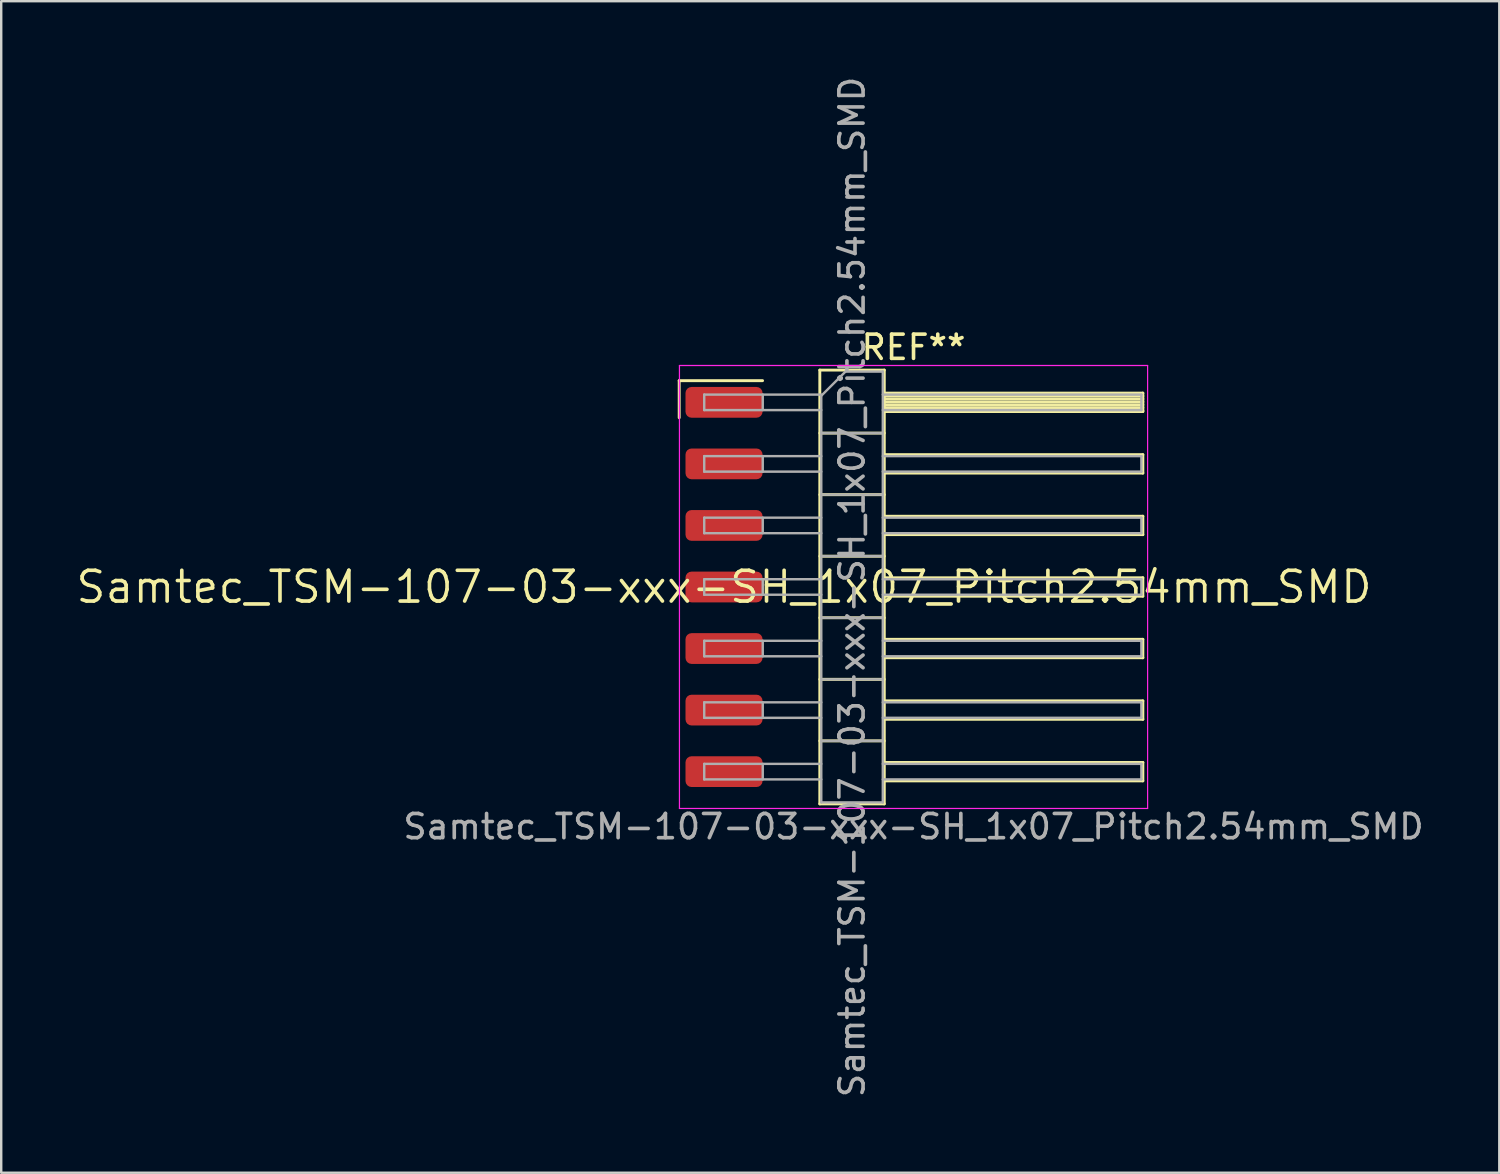
<source format=kicad_pcb>
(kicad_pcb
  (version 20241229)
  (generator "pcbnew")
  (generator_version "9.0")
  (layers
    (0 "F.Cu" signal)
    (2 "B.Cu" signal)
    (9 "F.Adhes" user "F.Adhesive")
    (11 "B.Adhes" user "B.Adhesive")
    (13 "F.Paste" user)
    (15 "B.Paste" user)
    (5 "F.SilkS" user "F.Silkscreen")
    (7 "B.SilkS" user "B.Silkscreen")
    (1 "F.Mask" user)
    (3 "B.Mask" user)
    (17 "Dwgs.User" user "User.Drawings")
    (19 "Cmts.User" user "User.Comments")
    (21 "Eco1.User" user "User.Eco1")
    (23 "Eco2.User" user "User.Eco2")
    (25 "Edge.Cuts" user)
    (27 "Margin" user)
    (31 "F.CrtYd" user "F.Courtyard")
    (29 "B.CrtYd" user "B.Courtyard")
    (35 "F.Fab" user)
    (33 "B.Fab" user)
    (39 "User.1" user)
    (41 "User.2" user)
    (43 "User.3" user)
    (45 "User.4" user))
  (footprint "Samtec_TSM-107-03-xxx-SH_1x07_Pitch2.54mm_SMD"
    (layer "F.Cu")
    (at 26.828 21.173)
    (property "Reference" "Samtec_TSM-107-03-xxx-SH_1x07_Pitch2.54mm_SMD" (at 0 0 0) (layer "F.SilkS") (effects (font (size 1.27 1.27) (thickness 0.15))))
    (attr smd)
    (fp_line (start -1.85 -8.515) (end 1.59 -8.515) (stroke (width 0.12) (type solid)) (layer "F.SilkS"))
    (fp_line (start -1.85 -6.985) (end -1.85 -8.515) (stroke (width 0.12) (type solid)) (layer "F.SilkS"))
    (fp_line (start 3.953 -8.95) (end 6.613 -8.95) (stroke (width 0.12) (type solid)) (layer "F.SilkS"))
    (fp_line (start 3.953 -6.35) (end 6.613 -6.35) (stroke (width 0.12) (type solid)) (layer "F.SilkS"))
    (fp_line (start 3.953 -3.81) (end 6.613 -3.81) (stroke (width 0.12) (type solid)) (layer "F.SilkS"))
    (fp_line (start 3.953 -1.27) (end 6.613 -1.27) (stroke (width 0.12) (type solid)) (layer "F.SilkS"))
    (fp_line (start 3.953 1.27) (end 6.613 1.27) (stroke (width 0.12) (type solid)) (layer "F.SilkS"))
    (fp_line (start 3.953 3.81) (end 6.613 3.81) (stroke (width 0.12) (type solid)) (layer "F.SilkS"))
    (fp_line (start 3.953 6.35) (end 6.613 6.35) (stroke (width 0.12) (type solid)) (layer "F.SilkS"))
    (fp_line (start 3.953 8.95) (end 3.953 -8.95) (stroke (width 0.12) (type solid)) (layer "F.SilkS"))
    (fp_line (start 6.613 -8.95) (end 6.613 8.95) (stroke (width 0.12) (type solid)) (layer "F.SilkS"))
    (fp_line (start 6.613 -8) (end 17.283 -8) (stroke (width 0.12) (type solid)) (layer "F.SilkS"))
    (fp_line (start 6.613 -7.88) (end 17.283 -7.88) (stroke (width 0.12) (type solid)) (layer "F.SilkS"))
    (fp_line (start 6.613 -7.76) (end 17.283 -7.76) (stroke (width 0.12) (type solid)) (layer "F.SilkS"))
    (fp_line (start 6.613 -7.64) (end 17.283 -7.64) (stroke (width 0.12) (type solid)) (layer "F.SilkS"))
    (fp_line (start 6.613 -7.52) (end 17.283 -7.52) (stroke (width 0.12) (type solid)) (layer "F.SilkS"))
    (fp_line (start 6.613 -7.4) (end 17.283 -7.4) (stroke (width 0.12) (type solid)) (layer "F.SilkS"))
    (fp_line (start 6.613 -7.28) (end 17.283 -7.28) (stroke (width 0.12) (type solid)) (layer "F.SilkS"))
    (fp_line (start 6.613 -7.24) (end 17.283 -7.24) (stroke (width 0.12) (type solid)) (layer "F.SilkS"))
    (fp_line (start 6.613 -5.46) (end 17.283 -5.46) (stroke (width 0.12) (type solid)) (layer "F.SilkS"))
    (fp_line (start 6.613 -4.7) (end 17.283 -4.7) (stroke (width 0.12) (type solid)) (layer "F.SilkS"))
    (fp_line (start 6.613 -2.92) (end 17.283 -2.92) (stroke (width 0.12) (type solid)) (layer "F.SilkS"))
    (fp_line (start 6.613 -2.16) (end 17.283 -2.16) (stroke (width 0.12) (type solid)) (layer "F.SilkS"))
    (fp_line (start 6.613 -0.38) (end 17.283 -0.38) (stroke (width 0.12) (type solid)) (layer "F.SilkS"))
    (fp_line (start 6.613 0.38) (end 17.283 0.38) (stroke (width 0.12) (type solid)) (layer "F.SilkS"))
    (fp_line (start 6.613 2.16) (end 17.283 2.16) (stroke (width 0.12) (type solid)) (layer "F.SilkS"))
    (fp_line (start 6.613 2.92) (end 17.283 2.92) (stroke (width 0.12) (type solid)) (layer "F.SilkS"))
    (fp_line (start 6.613 4.7) (end 17.283 4.7) (stroke (width 0.12) (type solid)) (layer "F.SilkS"))
    (fp_line (start 6.613 5.46) (end 17.283 5.46) (stroke (width 0.12) (type solid)) (layer "F.SilkS"))
    (fp_line (start 6.613 7.24) (end 17.283 7.24) (stroke (width 0.12) (type solid)) (layer "F.SilkS"))
    (fp_line (start 6.613 8) (end 17.283 8) (stroke (width 0.12) (type solid)) (layer "F.SilkS"))
    (fp_line (start 6.613 8.95) (end 3.953 8.95) (stroke (width 0.12) (type solid)) (layer "F.SilkS"))
    (fp_line (start 17.283 -8) (end 17.283 -7.24) (stroke (width 0.12) (type solid)) (layer "F.SilkS"))
    (fp_line (start 17.283 -5.46) (end 17.283 -4.7) (stroke (width 0.12) (type solid)) (layer "F.SilkS"))
    (fp_line (start 17.283 -2.92) (end 17.283 -2.16) (stroke (width 0.12) (type solid)) (layer "F.SilkS"))
    (fp_line (start 17.283 -0.38) (end 17.283 0.38) (stroke (width 0.12) (type solid)) (layer "F.SilkS"))
    (fp_line (start 17.283 2.16) (end 17.283 2.92) (stroke (width 0.12) (type solid)) (layer "F.SilkS"))
    (fp_line (start 17.283 4.7) (end 17.283 5.46) (stroke (width 0.12) (type solid)) (layer "F.SilkS"))
    (fp_line (start 17.283 7.24) (end 17.283 8) (stroke (width 0.12) (type solid)) (layer "F.SilkS"))
    (fp_line (start -1.84 -9.14) (end 17.48 -9.14) (stroke (width 0.05) (type solid)) (layer "F.CrtYd"))
    (fp_line (start -1.84 9.14) (end -1.84 -9.14) (stroke (width 0.05) (type solid)) (layer "F.CrtYd"))
    (fp_line (start 17.48 -9.14) (end 17.48 9.14) (stroke (width 0.05) (type solid)) (layer "F.CrtYd"))
    (fp_line (start 17.48 9.14) (end -1.84 9.14) (stroke (width 0.05) (type solid)) (layer "F.CrtYd"))
    (fp_line (start -0.817 -7.94) (end -0.817 -7.3) (stroke (width 0.1) (type solid)) (layer "F.Fab"))
    (fp_line (start -0.817 -7.94) (end 4.013 -7.94) (stroke (width 0.1) (type solid)) (layer "F.Fab"))
    (fp_line (start -0.817 -7.3) (end 4.013 -7.3) (stroke (width 0.1) (type solid)) (layer "F.Fab"))
    (fp_line (start -0.817 -5.4) (end -0.817 -4.76) (stroke (width 0.1) (type solid)) (layer "F.Fab"))
    (fp_line (start -0.817 -5.4) (end 4.013 -5.4) (stroke (width 0.1) (type solid)) (layer "F.Fab"))
    (fp_line (start -0.817 -4.76) (end 4.013 -4.76) (stroke (width 0.1) (type solid)) (layer "F.Fab"))
    (fp_line (start -0.817 -2.86) (end -0.817 -2.22) (stroke (width 0.1) (type solid)) (layer "F.Fab"))
    (fp_line (start -0.817 -2.86) (end 4.013 -2.86) (stroke (width 0.1) (type solid)) (layer "F.Fab"))
    (fp_line (start -0.817 -2.22) (end 4.013 -2.22) (stroke (width 0.1) (type solid)) (layer "F.Fab"))
    (fp_line (start -0.817 -0.32) (end -0.817 0.32) (stroke (width 0.1) (type solid)) (layer "F.Fab"))
    (fp_line (start -0.817 -0.32) (end 4.013 -0.32) (stroke (width 0.1) (type solid)) (layer "F.Fab"))
    (fp_line (start -0.817 0.32) (end 4.013 0.32) (stroke (width 0.1) (type solid)) (layer "F.Fab"))
    (fp_line (start -0.817 2.22) (end -0.817 2.86) (stroke (width 0.1) (type solid)) (layer "F.Fab"))
    (fp_line (start -0.817 2.22) (end 4.013 2.22) (stroke (width 0.1) (type solid)) (layer "F.Fab"))
    (fp_line (start -0.817 2.86) (end 4.013 2.86) (stroke (width 0.1) (type solid)) (layer "F.Fab"))
    (fp_line (start -0.817 4.76) (end -0.817 5.4) (stroke (width 0.1) (type solid)) (layer "F.Fab"))
    (fp_line (start -0.817 4.76) (end 4.013 4.76) (stroke (width 0.1) (type solid)) (layer "F.Fab"))
    (fp_line (start -0.817 5.4) (end 4.013 5.4) (stroke (width 0.1) (type solid)) (layer "F.Fab"))
    (fp_line (start -0.817 7.3) (end -0.817 7.94) (stroke (width 0.1) (type solid)) (layer "F.Fab"))
    (fp_line (start -0.817 7.3) (end 4.013 7.3) (stroke (width 0.1) (type solid)) (layer "F.Fab"))
    (fp_line (start -0.817 7.94) (end 4.013 7.94) (stroke (width 0.1) (type solid)) (layer "F.Fab"))
    (fp_line (start 1.598 -7.94) (end 1.598 -7.3) (stroke (width 0.1) (type solid)) (layer "F.Fab"))
    (fp_line (start 1.598 -5.4) (end 1.598 -4.76) (stroke (width 0.1) (type solid)) (layer "F.Fab"))
    (fp_line (start 1.598 -2.86) (end 1.598 -2.22) (stroke (width 0.1) (type solid)) (layer "F.Fab"))
    (fp_line (start 1.598 -0.32) (end 1.598 0.32) (stroke (width 0.1) (type solid)) (layer "F.Fab"))
    (fp_line (start 1.598 2.22) (end 1.598 2.86) (stroke (width 0.1) (type solid)) (layer "F.Fab"))
    (fp_line (start 1.598 4.76) (end 1.598 5.4) (stroke (width 0.1) (type solid)) (layer "F.Fab"))
    (fp_line (start 1.598 7.3) (end 1.598 7.94) (stroke (width 0.1) (type solid)) (layer "F.Fab"))
    (fp_line (start 4.013 -7.89) (end 5.013 -8.89) (stroke (width 0.1) (type solid)) (layer "F.Fab"))
    (fp_line (start 4.013 -6.35) (end 6.553 -6.35) (stroke (width 0.1) (type solid)) (layer "F.Fab"))
    (fp_line (start 4.013 -3.81) (end 6.553 -3.81) (stroke (width 0.1) (type solid)) (layer "F.Fab"))
    (fp_line (start 4.013 -1.27) (end 6.553 -1.27) (stroke (width 0.1) (type solid)) (layer "F.Fab"))
    (fp_line (start 4.013 1.27) (end 6.553 1.27) (stroke (width 0.1) (type solid)) (layer "F.Fab"))
    (fp_line (start 4.013 3.81) (end 6.553 3.81) (stroke (width 0.1) (type solid)) (layer "F.Fab"))
    (fp_line (start 4.013 6.35) (end 6.553 6.35) (stroke (width 0.1) (type solid)) (layer "F.Fab"))
    (fp_line (start 4.013 8.89) (end 4.013 -7.89) (stroke (width 0.1) (type solid)) (layer "F.Fab"))
    (fp_line (start 5.013 -8.89) (end 6.553 -8.89) (stroke (width 0.1) (type solid)) (layer "F.Fab"))
    (fp_line (start 6.553 -8.89) (end 6.553 8.89) (stroke (width 0.1) (type solid)) (layer "F.Fab"))
    (fp_line (start 6.553 -7.94) (end 17.223 -7.94) (stroke (width 0.1) (type solid)) (layer "F.Fab"))
    (fp_line (start 6.553 -7.3) (end 17.223 -7.3) (stroke (width 0.1) (type solid)) (layer "F.Fab"))
    (fp_line (start 6.553 -5.4) (end 17.223 -5.4) (stroke (width 0.1) (type solid)) (layer "F.Fab"))
    (fp_line (start 6.553 -4.76) (end 17.223 -4.76) (stroke (width 0.1) (type solid)) (layer "F.Fab"))
    (fp_line (start 6.553 -2.86) (end 17.223 -2.86) (stroke (width 0.1) (type solid)) (layer "F.Fab"))
    (fp_line (start 6.553 -2.22) (end 17.223 -2.22) (stroke (width 0.1) (type solid)) (layer "F.Fab"))
    (fp_line (start 6.553 -0.32) (end 17.223 -0.32) (stroke (width 0.1) (type solid)) (layer "F.Fab"))
    (fp_line (start 6.553 0.32) (end 17.223 0.32) (stroke (width 0.1) (type solid)) (layer "F.Fab"))
    (fp_line (start 6.553 2.22) (end 17.223 2.22) (stroke (width 0.1) (type solid)) (layer "F.Fab"))
    (fp_line (start 6.553 2.86) (end 17.223 2.86) (stroke (width 0.1) (type solid)) (layer "F.Fab"))
    (fp_line (start 6.553 4.76) (end 17.223 4.76) (stroke (width 0.1) (type solid)) (layer "F.Fab"))
    (fp_line (start 6.553 5.4) (end 17.223 5.4) (stroke (width 0.1) (type solid)) (layer "F.Fab"))
    (fp_line (start 6.553 7.3) (end 17.223 7.3) (stroke (width 0.1) (type solid)) (layer "F.Fab"))
    (fp_line (start 6.553 7.94) (end 17.223 7.94) (stroke (width 0.1) (type solid)) (layer "F.Fab"))
    (fp_line (start 6.553 8.89) (end 4.013 8.89) (stroke (width 0.1) (type solid)) (layer "F.Fab"))
    (fp_line (start 17.223 -7.94) (end 17.223 -7.3) (stroke (width 0.1) (type solid)) (layer "F.Fab"))
    (fp_line (start 17.223 -5.4) (end 17.223 -4.76) (stroke (width 0.1) (type solid)) (layer "F.Fab"))
    (fp_line (start 17.223 -2.86) (end 17.223 -2.22) (stroke (width 0.1) (type solid)) (layer "F.Fab"))
    (fp_line (start 17.223 -0.32) (end 17.223 0.32) (stroke (width 0.1) (type solid)) (layer "F.Fab"))
    (fp_line (start 17.223 2.22) (end 17.223 2.86) (stroke (width 0.1) (type solid)) (layer "F.Fab"))
    (fp_line (start 17.223 4.76) (end 17.223 5.4) (stroke (width 0.1) (type solid)) (layer "F.Fab"))
    (fp_line (start 17.223 7.3) (end 17.223 7.94) (stroke (width 0.1) (type solid)) (layer "F.Fab"))
    (fp_text user "REF**" (at 7.82 -9.89 0) (layer "F.SilkS") (effects (font (size 1 1) (thickness 0.15))))
    (fp_text user "Samtec_TSM-107-03-xxx-SH_1x07_Pitch2.54mm_SMD" (at 7.82 9.89 0) (layer "F.Fab") (effects (font (size 1 1) (thickness 0.15))))
    (fp_text user "${REFERENCE}" (at 5.283 0 90) (layer "F.Fab") (effects (font (size 1 1) (thickness 0.15))))
    (pad "1" smd roundrect (at 0 -7.62) (size 3.18 1.27) (layers "F.Cu" "F.Mask" "F.Paste") (roundrect_rratio 0.197))
    (pad "2" smd roundrect (at 0 -5.08) (size 3.18 1.27) (layers "F.Cu" "F.Mask" "F.Paste") (roundrect_rratio 0.197))
    (pad "3" smd roundrect (at 0 -2.54) (size 3.18 1.27) (layers "F.Cu" "F.Mask" "F.Paste") (roundrect_rratio 0.197))
    (pad "4" smd roundrect (at 0 0) (size 3.18 1.27) (layers "F.Cu" "F.Mask" "F.Paste") (roundrect_rratio 0.197))
    (pad "5" smd roundrect (at 0 2.54) (size 3.18 1.27) (layers "F.Cu" "F.Mask" "F.Paste") (roundrect_rratio 0.197))
    (pad "6" smd roundrect (at 0 5.08) (size 3.18 1.27) (layers "F.Cu" "F.Mask" "F.Paste") (roundrect_rratio 0.197))
    (pad "7" smd roundrect (at 0 7.62) (size 3.18 1.27) (layers "F.Cu" "F.Mask" "F.Paste") (roundrect_rratio 0.197)))
  (gr_rect
    (start -3 -3)
    (end 58.821 45.345)
    (stroke (width 0.1) (type default))
    (fill no)
    (layer "Edge.Cuts")))
</source>
